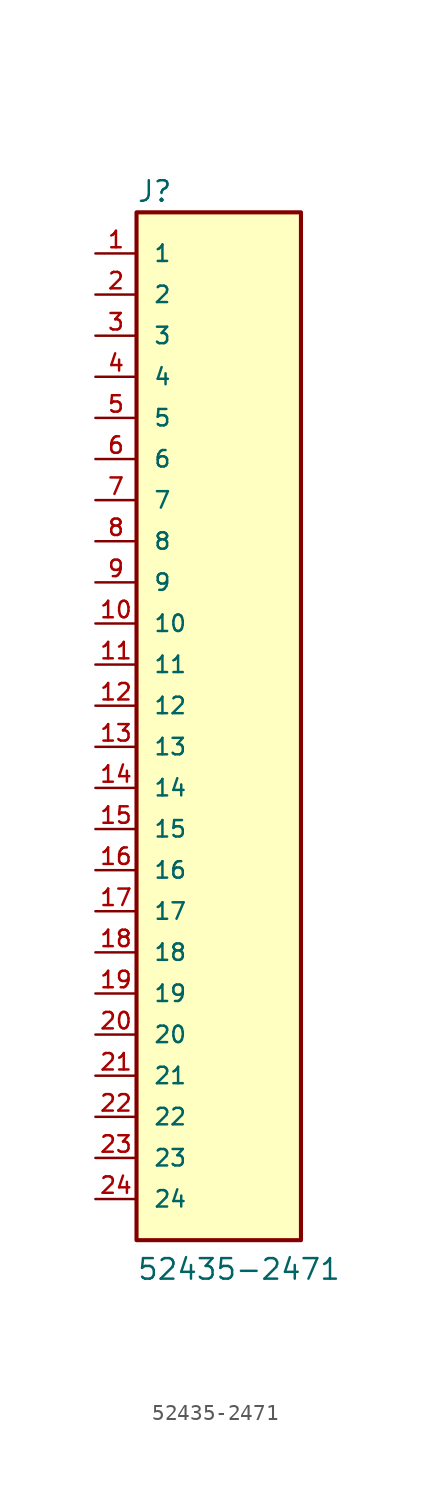
<source format=kicad_sym>
(kicad_symbol_lib
  (version 20211014)
  (generator kicad_symbol_editor)
  (symbol "52435-2471"
    (pin_names
      (offset 1.016))
    (property "Reference" "J"
      (at -5.087 31.03 0)
      (effects (font (size 1.27 1.27)) (justify bottom left)))
    (property "Value" "52435-2471"
      (at -5.08 -35.562 0)
      (effects (font (size 1.27 1.27)) (justify bottom left)))
    (symbol "52435-2471_0_0"
      (rectangle (start -5.08 -33.02) (end 5.08 30.48) (stroke (width 0.254)) (fill (type background)))
      (pin passive line (at -7.62 27.94 0) (length 2.54) (name "1" (effects (font (size 1.016 1.016)))) (number "1" (effects (font (size 1.016 1.016)))))
      (pin passive line (at -7.62 25.4 0) (length 2.54) (name "2" (effects (font (size 1.016 1.016)))) (number "2" (effects (font (size 1.016 1.016)))))
      (pin passive line (at -7.62 22.86 0) (length 2.54) (name "3" (effects (font (size 1.016 1.016)))) (number "3" (effects (font (size 1.016 1.016)))))
      (pin passive line (at -7.62 20.32 0) (length 2.54) (name "4" (effects (font (size 1.016 1.016)))) (number "4" (effects (font (size 1.016 1.016)))))
      (pin passive line (at -7.62 17.78 0) (length 2.54) (name "5" (effects (font (size 1.016 1.016)))) (number "5" (effects (font (size 1.016 1.016)))))
      (pin passive line (at -7.62 15.24 0) (length 2.54) (name "6" (effects (font (size 1.016 1.016)))) (number "6" (effects (font (size 1.016 1.016)))))
      (pin passive line (at -7.62 12.7 0) (length 2.54) (name "7" (effects (font (size 1.016 1.016)))) (number "7" (effects (font (size 1.016 1.016)))))
      (pin passive line (at -7.62 10.16 0) (length 2.54) (name "8" (effects (font (size 1.016 1.016)))) (number "8" (effects (font (size 1.016 1.016)))))
      (pin passive line (at -7.62 7.62 0) (length 2.54) (name "9" (effects (font (size 1.016 1.016)))) (number "9" (effects (font (size 1.016 1.016)))))
      (pin passive line (at -7.62 5.08 0) (length 2.54) (name "10" (effects (font (size 1.016 1.016)))) (number "10" (effects (font (size 1.016 1.016)))))
      (pin passive line (at -7.62 2.54 0) (length 2.54) (name "11" (effects (font (size 1.016 1.016)))) (number "11" (effects (font (size 1.016 1.016)))))
      (pin passive line (at -7.62 0.0 0) (length 2.54) (name "12" (effects (font (size 1.016 1.016)))) (number "12" (effects (font (size 1.016 1.016)))))
      (pin passive line (at -7.62 -2.54 0) (length 2.54) (name "13" (effects (font (size 1.016 1.016)))) (number "13" (effects (font (size 1.016 1.016)))))
      (pin passive line (at -7.62 -5.08 0) (length 2.54) (name "14" (effects (font (size 1.016 1.016)))) (number "14" (effects (font (size 1.016 1.016)))))
      (pin passive line (at -7.62 -7.62 0) (length 2.54) (name "15" (effects (font (size 1.016 1.016)))) (number "15" (effects (font (size 1.016 1.016)))))
      (pin passive line (at -7.62 -10.16 0) (length 2.54) (name "16" (effects (font (size 1.016 1.016)))) (number "16" (effects (font (size 1.016 1.016)))))
      (pin passive line (at -7.62 -12.7 0) (length 2.54) (name "17" (effects (font (size 1.016 1.016)))) (number "17" (effects (font (size 1.016 1.016)))))
      (pin passive line (at -7.62 -15.24 0) (length 2.54) (name "18" (effects (font (size 1.016 1.016)))) (number "18" (effects (font (size 1.016 1.016)))))
      (pin passive line (at -7.62 -17.78 0) (length 2.54) (name "19" (effects (font (size 1.016 1.016)))) (number "19" (effects (font (size 1.016 1.016)))))
      (pin passive line (at -7.62 -20.32 0) (length 2.54) (name "20" (effects (font (size 1.016 1.016)))) (number "20" (effects (font (size 1.016 1.016)))))
      (pin passive line (at -7.62 -22.86 0) (length 2.54) (name "21" (effects (font (size 1.016 1.016)))) (number "21" (effects (font (size 1.016 1.016)))))
      (pin passive line (at -7.62 -25.4 0) (length 2.54) (name "22" (effects (font (size 1.016 1.016)))) (number "22" (effects (font (size 1.016 1.016)))))
      (pin passive line (at -7.62 -27.94 0) (length 2.54) (name "23" (effects (font (size 1.016 1.016)))) (number "23" (effects (font (size 1.016 1.016)))))
      (pin passive line (at -7.62 -30.48 0) (length 2.54) (name "24" (effects (font (size 1.016 1.016)))) (number "24" (effects (font (size 1.016 1.016))))))))
</source>
